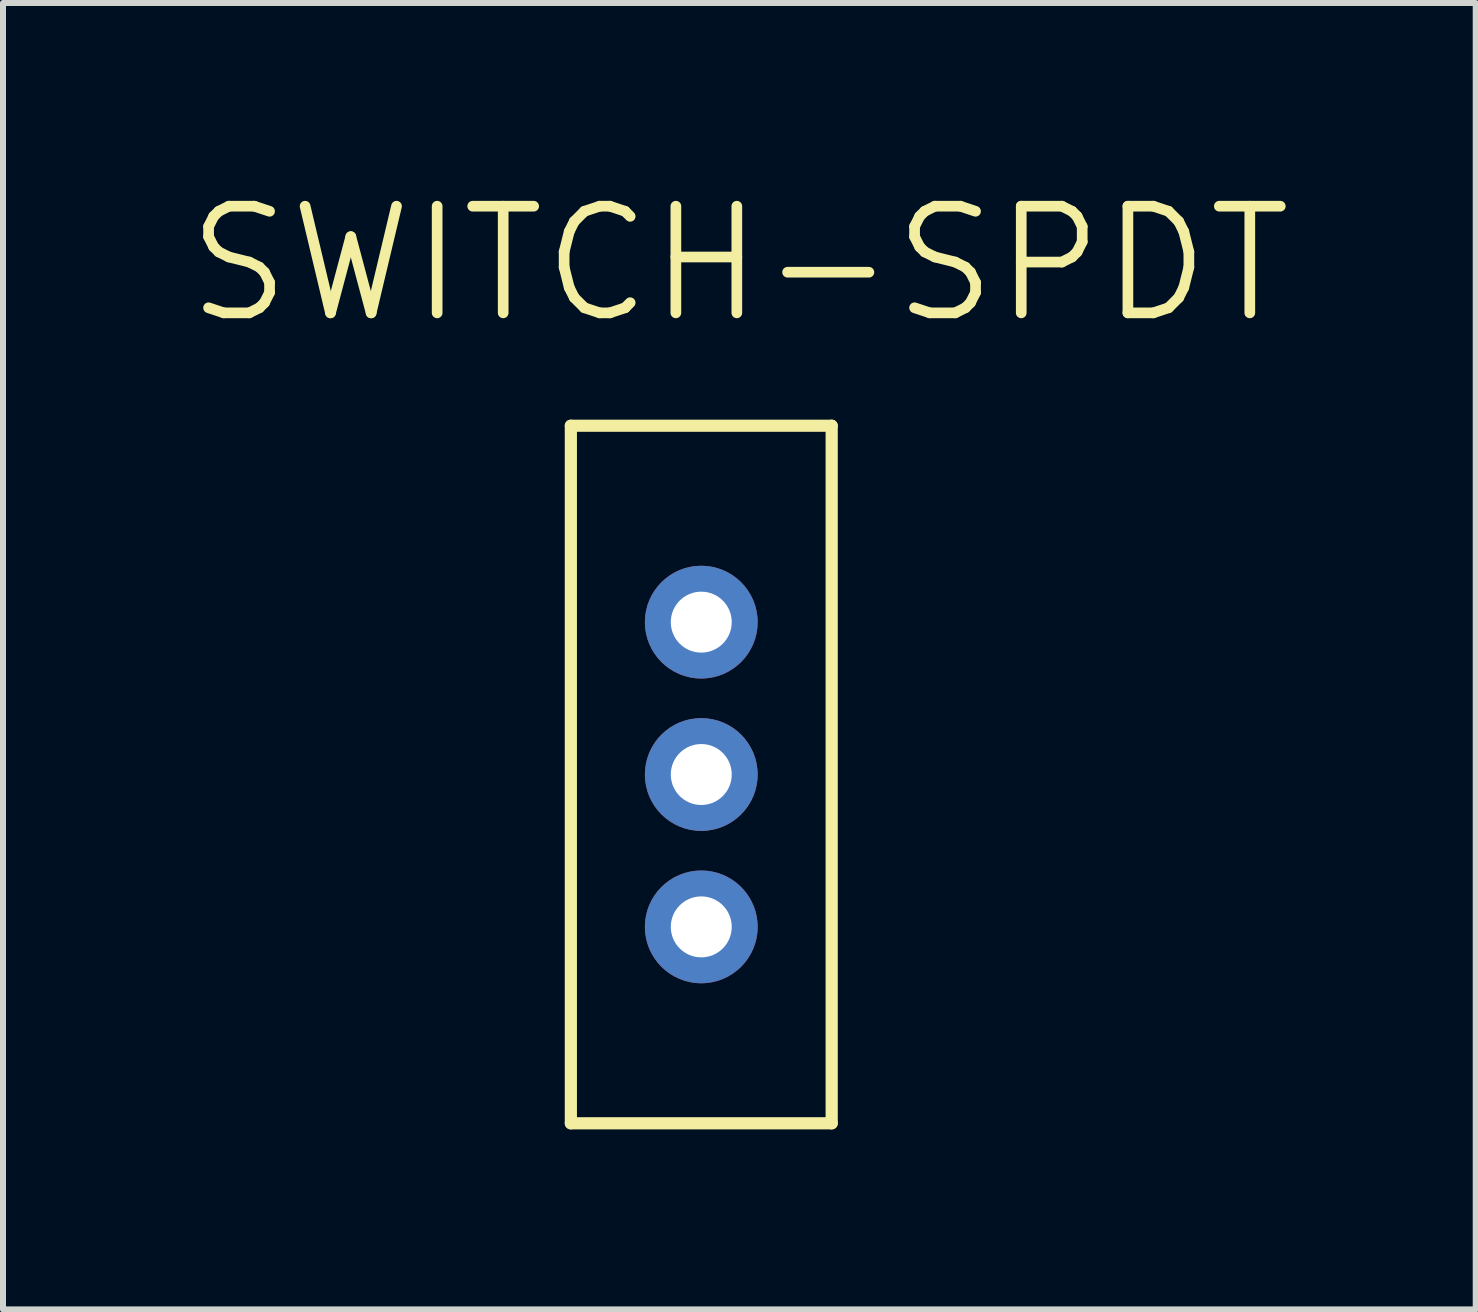
<source format=kicad_pcb>
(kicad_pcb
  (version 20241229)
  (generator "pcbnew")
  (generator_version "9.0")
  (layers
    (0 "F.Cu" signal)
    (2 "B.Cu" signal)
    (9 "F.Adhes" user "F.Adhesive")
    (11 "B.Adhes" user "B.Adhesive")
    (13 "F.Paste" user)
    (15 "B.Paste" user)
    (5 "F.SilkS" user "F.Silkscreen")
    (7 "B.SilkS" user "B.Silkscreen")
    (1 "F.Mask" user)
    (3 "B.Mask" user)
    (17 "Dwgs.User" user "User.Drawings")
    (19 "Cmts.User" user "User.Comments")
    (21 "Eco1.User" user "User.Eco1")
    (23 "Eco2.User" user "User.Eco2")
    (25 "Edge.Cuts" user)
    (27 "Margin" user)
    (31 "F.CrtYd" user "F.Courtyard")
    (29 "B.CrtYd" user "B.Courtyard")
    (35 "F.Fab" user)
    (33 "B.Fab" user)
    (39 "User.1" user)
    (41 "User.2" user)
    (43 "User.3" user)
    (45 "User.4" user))
  (footprint "SWITCH-SPDT"
    (layer "F.Cu")
    (at 8.64 9.861)
    (property "Reference" "SWITCH-SPDT" (at 0.635 -8.509 0) (layer "F.SilkS") (effects (font (size 1.778 1.778) (thickness 0.178))))
    (attr exclude_from_pos_files exclude_from_bom)
    (fp_line (start -2.174 -5.814) (end -2.174 5.814) (stroke (width 0.203) (type solid)) (layer "F.SilkS"))
    (fp_line (start -2.174 5.814) (end 2.174 5.814) (stroke (width 0.203) (type solid)) (layer "F.SilkS"))
    (fp_line (start 2.174 -5.814) (end -2.174 -5.814) (stroke (width 0.203) (type solid)) (layer "F.SilkS"))
    (fp_line (start 2.174 5.814) (end 2.174 -5.814) (stroke (width 0.203) (type solid)) (layer "F.SilkS"))
    (pad "1" thru_hole circle (at 0 -2.54) (size 1.88 1.88) (drill 1.016) (layers "*.Cu" "F.Mask" "F.Paste"))
    (pad "2" thru_hole circle (at 0 0) (size 1.88 1.88) (drill 1.016) (layers "*.Cu" "F.Mask" "F.Paste"))
    (pad "3" thru_hole circle (at 0 2.54) (size 1.88 1.88) (drill 1.016) (layers "*.Cu" "F.Mask" "F.Paste")))
  (gr_rect
    (start -3 -3)
    (end 21.55 18.777)
    (stroke (width 0.1) (type default))
    (fill no)
    (layer "Edge.Cuts")))
</source>
